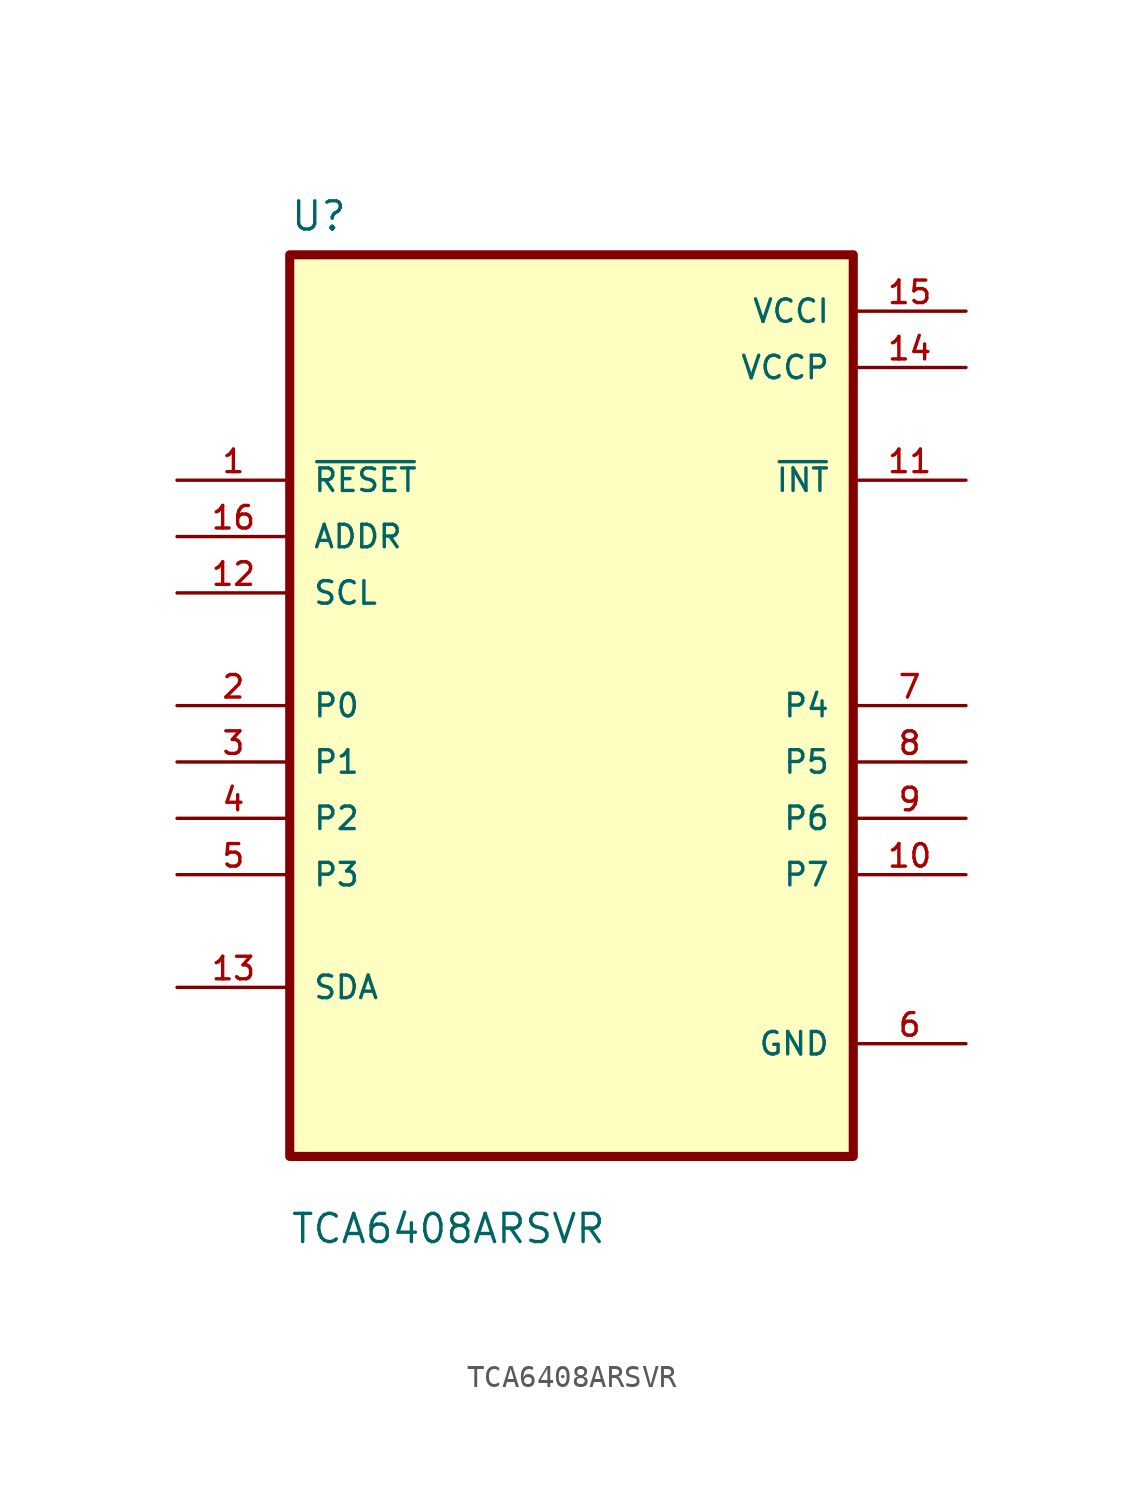
<source format=kicad_sym>
(kicad_symbol_lib
  (version 20211014)
  (generator kicad_symbol_editor)
  (symbol "TCA6408ARSVR"
    (pin_names
      (offset 1.016))
    (property "Reference" "U"
      (at -12.7 21.32 0.0)
      (effects (font (size 1.27 1.27)) (justify bottom left)))
    (property "Value" "TCA6408ARSVR"
      (at -12.7 -24.32 0.0)
      (effects (font (size 1.27 1.27)) (justify bottom left)))
    (symbol "TCA6408ARSVR_0_0"
      (rectangle (start -12.7 -20.32) (end 12.7 20.32) (stroke (width 0.41)) (fill (type background)))
      (pin input line (at -17.78 10.16 0) (length 5.08) (name "~{RESET}" (effects (font (size 1.016 1.016)))) (number "1" (effects (font (size 1.016 1.016)))))
      (pin input line (at -17.78 7.62 0) (length 5.08) (name "ADDR" (effects (font (size 1.016 1.016)))) (number "16" (effects (font (size 1.016 1.016)))))
      (pin input line (at -17.78 5.08 0) (length 5.08) (name "SCL" (effects (font (size 1.016 1.016)))) (number "12" (effects (font (size 1.016 1.016)))))
      (pin bidirectional line (at -17.78 0.0 0) (length 5.08) (name "P0" (effects (font (size 1.016 1.016)))) (number "2" (effects (font (size 1.016 1.016)))))
      (pin bidirectional line (at -17.78 -2.54 0) (length 5.08) (name "P1" (effects (font (size 1.016 1.016)))) (number "3" (effects (font (size 1.016 1.016)))))
      (pin bidirectional line (at -17.78 -5.08 0) (length 5.08) (name "P2" (effects (font (size 1.016 1.016)))) (number "4" (effects (font (size 1.016 1.016)))))
      (pin bidirectional line (at -17.78 -7.62 0) (length 5.08) (name "P3" (effects (font (size 1.016 1.016)))) (number "5" (effects (font (size 1.016 1.016)))))
      (pin bidirectional line (at -17.78 -12.7 0) (length 5.08) (name "SDA" (effects (font (size 1.016 1.016)))) (number "13" (effects (font (size 1.016 1.016)))))
      (pin power_in line (at 17.78 17.78 180.0) (length 5.08) (name "VCCI" (effects (font (size 1.016 1.016)))) (number "15" (effects (font (size 1.016 1.016)))))
      (pin power_in line (at 17.78 15.24 180.0) (length 5.08) (name "VCCP" (effects (font (size 1.016 1.016)))) (number "14" (effects (font (size 1.016 1.016)))))
      (pin output line (at 17.78 10.16 180.0) (length 5.08) (name "~{INT}" (effects (font (size 1.016 1.016)))) (number "11" (effects (font (size 1.016 1.016)))))
      (pin bidirectional line (at 17.78 1.77636e-15 180.0) (length 5.08) (name "P4" (effects (font (size 1.016 1.016)))) (number "7" (effects (font (size 1.016 1.016)))))
      (pin bidirectional line (at 17.78 -2.54 180.0) (length 5.08) (name "P5" (effects (font (size 1.016 1.016)))) (number "8" (effects (font (size 1.016 1.016)))))
      (pin bidirectional line (at 17.78 -5.08 180.0) (length 5.08) (name "P6" (effects (font (size 1.016 1.016)))) (number "9" (effects (font (size 1.016 1.016)))))
      (pin bidirectional line (at 17.78 -7.62 180.0) (length 5.08) (name "P7" (effects (font (size 1.016 1.016)))) (number "10" (effects (font (size 1.016 1.016)))))
      (pin power_in line (at 17.78 -15.24 180.0) (length 5.08) (name "GND" (effects (font (size 1.016 1.016)))) (number "6" (effects (font (size 1.016 1.016))))))))
</source>
